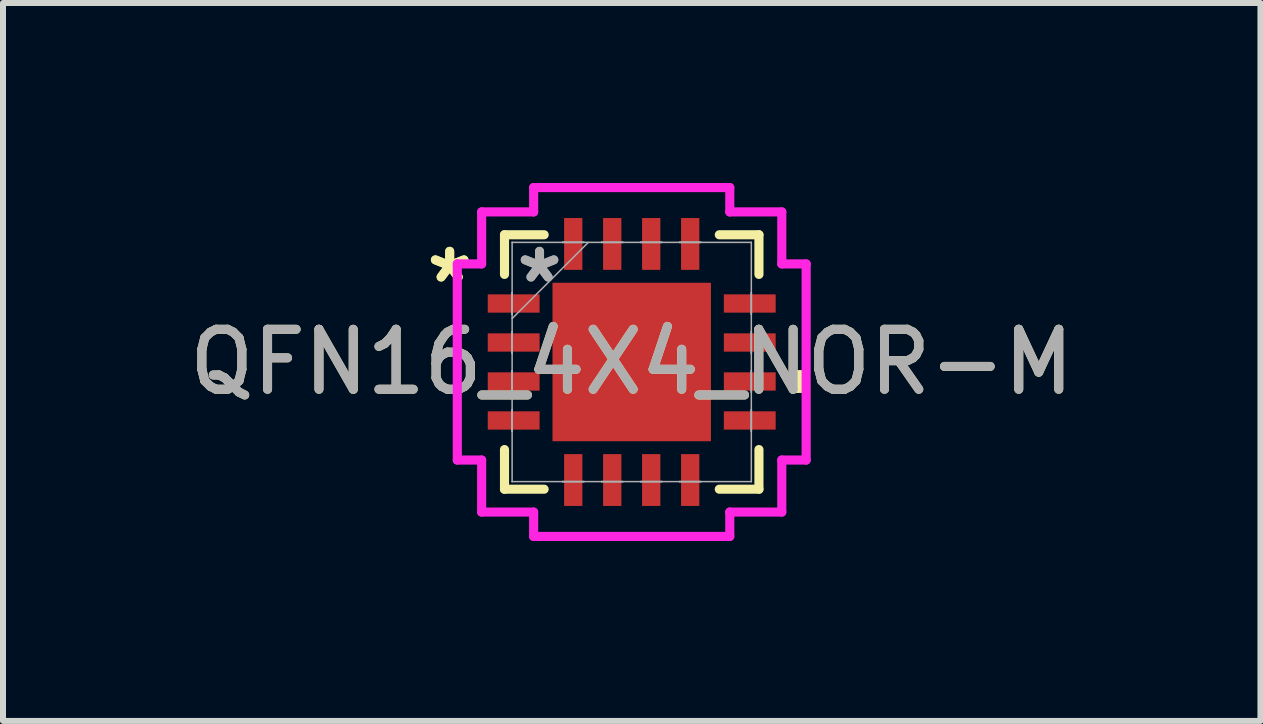
<source format=kicad_pcb>
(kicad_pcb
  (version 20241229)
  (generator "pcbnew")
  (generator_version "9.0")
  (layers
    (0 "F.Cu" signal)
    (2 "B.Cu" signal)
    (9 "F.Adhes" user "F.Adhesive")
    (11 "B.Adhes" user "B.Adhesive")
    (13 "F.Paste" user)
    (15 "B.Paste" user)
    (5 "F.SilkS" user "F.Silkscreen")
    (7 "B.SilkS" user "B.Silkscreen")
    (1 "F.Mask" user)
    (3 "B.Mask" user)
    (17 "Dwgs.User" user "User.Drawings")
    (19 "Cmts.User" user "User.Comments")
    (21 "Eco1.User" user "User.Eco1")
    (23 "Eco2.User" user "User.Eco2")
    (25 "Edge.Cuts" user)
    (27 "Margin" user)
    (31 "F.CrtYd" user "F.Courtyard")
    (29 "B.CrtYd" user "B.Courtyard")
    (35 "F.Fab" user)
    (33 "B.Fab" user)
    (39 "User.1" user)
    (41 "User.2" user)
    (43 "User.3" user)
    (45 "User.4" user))
  (footprint "QFN16_4X4_NOR-M"
    (layer "F.Cu")
    (at 7.482 2.985)
    (property "Reference" "QFN16_4X4_NOR-M" (at 0 0 0) (unlocked yes) (layer "F.SilkS") (effects (font (size 1 1) (thickness 0.15))))
    (attr smd)
    (fp_line (start -2.121 -2.121) (end -2.121 -1.46) (stroke (width 0.152) (type solid)) (layer "F.SilkS"))
    (fp_line (start -2.121 1.46) (end -2.121 2.121) (stroke (width 0.152) (type solid)) (layer "F.SilkS"))
    (fp_line (start -2.121 2.121) (end -1.46 2.121) (stroke (width 0.152) (type solid)) (layer "F.SilkS"))
    (fp_line (start -1.46 -2.121) (end -2.121 -2.121) (stroke (width 0.152) (type solid)) (layer "F.SilkS"))
    (fp_line (start 1.46 2.121) (end 2.121 2.121) (stroke (width 0.152) (type solid)) (layer "F.SilkS"))
    (fp_line (start 2.121 -2.121) (end 1.46 -2.121) (stroke (width 0.152) (type solid)) (layer "F.SilkS"))
    (fp_line (start 2.121 -1.46) (end 2.121 -2.121) (stroke (width 0.152) (type solid)) (layer "F.SilkS"))
    (fp_line (start 2.121 2.121) (end 2.121 1.46) (stroke (width 0.152) (type solid)) (layer "F.SilkS"))
    (fp_poly (pts (xy 2.908 0.135) (xy 2.908 0.516) (xy 2.654 0.516) (xy 2.654 0.135)) (stroke (width 0) (type solid)) (fill yes) (layer "F.SilkS"))
    (fp_poly (pts (xy -1.221 -1.221) (xy -1.221 -0.1) (xy -0.1 -0.1) (xy -0.1 -1.221)) (stroke (width 0) (type solid)) (fill yes) (layer "F.Paste"))
    (fp_poly (pts (xy -1.221 0.1) (xy -1.221 1.221) (xy -0.1 1.221) (xy -0.1 0.1)) (stroke (width 0) (type solid)) (fill yes) (layer "F.Paste"))
    (fp_poly (pts (xy 0.1 -1.221) (xy 0.1 -0.1) (xy 1.221 -0.1) (xy 1.221 -1.221)) (stroke (width 0) (type solid)) (fill yes) (layer "F.Paste"))
    (fp_poly (pts (xy 0.1 0.1) (xy 0.1 1.221) (xy 1.221 1.221) (xy 1.221 0.1)) (stroke (width 0) (type solid)) (fill yes) (layer "F.Paste"))
    (fp_line (start -2.908 -1.635) (end -2.502 -1.635) (stroke (width 0.152) (type solid)) (layer "F.CrtYd"))
    (fp_line (start -2.908 1.635) (end -2.908 -1.635) (stroke (width 0.152) (type solid)) (layer "F.CrtYd"))
    (fp_line (start -2.502 -2.502) (end -1.635 -2.502) (stroke (width 0.152) (type solid)) (layer "F.CrtYd"))
    (fp_line (start -2.502 -1.635) (end -2.502 -2.502) (stroke (width 0.152) (type solid)) (layer "F.CrtYd"))
    (fp_line (start -2.502 1.635) (end -2.908 1.635) (stroke (width 0.152) (type solid)) (layer "F.CrtYd"))
    (fp_line (start -2.502 2.502) (end -2.502 1.635) (stroke (width 0.152) (type solid)) (layer "F.CrtYd"))
    (fp_line (start -1.635 -2.908) (end 1.635 -2.908) (stroke (width 0.152) (type solid)) (layer "F.CrtYd"))
    (fp_line (start -1.635 -2.502) (end -1.635 -2.908) (stroke (width 0.152) (type solid)) (layer "F.CrtYd"))
    (fp_line (start -1.635 2.502) (end -2.502 2.502) (stroke (width 0.152) (type solid)) (layer "F.CrtYd"))
    (fp_line (start -1.635 2.908) (end -1.635 2.502) (stroke (width 0.152) (type solid)) (layer "F.CrtYd"))
    (fp_line (start 1.635 -2.908) (end 1.635 -2.502) (stroke (width 0.152) (type solid)) (layer "F.CrtYd"))
    (fp_line (start 1.635 -2.502) (end 2.502 -2.502) (stroke (width 0.152) (type solid)) (layer "F.CrtYd"))
    (fp_line (start 1.635 2.502) (end 1.635 2.908) (stroke (width 0.152) (type solid)) (layer "F.CrtYd"))
    (fp_line (start 1.635 2.908) (end -1.635 2.908) (stroke (width 0.152) (type solid)) (layer "F.CrtYd"))
    (fp_line (start 2.502 -2.502) (end 2.502 -1.635) (stroke (width 0.152) (type solid)) (layer "F.CrtYd"))
    (fp_line (start 2.502 -1.635) (end 2.908 -1.635) (stroke (width 0.152) (type solid)) (layer "F.CrtYd"))
    (fp_line (start 2.502 1.635) (end 2.502 2.502) (stroke (width 0.152) (type solid)) (layer "F.CrtYd"))
    (fp_line (start 2.502 2.502) (end 1.635 2.502) (stroke (width 0.152) (type solid)) (layer "F.CrtYd"))
    (fp_line (start 2.908 -1.635) (end 2.908 1.635) (stroke (width 0.152) (type solid)) (layer "F.CrtYd"))
    (fp_line (start 2.908 1.635) (end 2.502 1.635) (stroke (width 0.152) (type solid)) (layer "F.CrtYd"))
    (fp_line (start -1.994 -1.994) (end -1.994 -1.994) (stroke (width 0.025) (type solid)) (layer "F.Fab"))
    (fp_line (start -1.994 -1.994) (end -1.994 1.994) (stroke (width 0.025) (type solid)) (layer "F.Fab"))
    (fp_line (start -1.994 -1.153) (end -1.994 -1.153) (stroke (width 0.025) (type solid)) (layer "F.Fab"))
    (fp_line (start -1.994 -1.153) (end -1.994 -0.797) (stroke (width 0.025) (type solid)) (layer "F.Fab"))
    (fp_line (start -1.994 -0.797) (end -1.994 -1.153) (stroke (width 0.025) (type solid)) (layer "F.Fab"))
    (fp_line (start -1.994 -0.797) (end -1.994 -0.797) (stroke (width 0.025) (type solid)) (layer "F.Fab"))
    (fp_line (start -1.994 -0.724) (end -0.724 -1.994) (stroke (width 0.025) (type solid)) (layer "F.Fab"))
    (fp_line (start -1.994 -0.503) (end -1.994 -0.503) (stroke (width 0.025) (type solid)) (layer "F.Fab"))
    (fp_line (start -1.994 -0.503) (end -1.994 -0.147) (stroke (width 0.025) (type solid)) (layer "F.Fab"))
    (fp_line (start -1.994 -0.147) (end -1.994 -0.503) (stroke (width 0.025) (type solid)) (layer "F.Fab"))
    (fp_line (start -1.994 -0.147) (end -1.994 -0.147) (stroke (width 0.025) (type solid)) (layer "F.Fab"))
    (fp_line (start -1.994 0.147) (end -1.994 0.147) (stroke (width 0.025) (type solid)) (layer "F.Fab"))
    (fp_line (start -1.994 0.147) (end -1.994 0.503) (stroke (width 0.025) (type solid)) (layer "F.Fab"))
    (fp_line (start -1.994 0.503) (end -1.994 0.147) (stroke (width 0.025) (type solid)) (layer "F.Fab"))
    (fp_line (start -1.994 0.503) (end -1.994 0.503) (stroke (width 0.025) (type solid)) (layer "F.Fab"))
    (fp_line (start -1.994 0.797) (end -1.994 0.797) (stroke (width 0.025) (type solid)) (layer "F.Fab"))
    (fp_line (start -1.994 0.797) (end -1.994 1.153) (stroke (width 0.025) (type solid)) (layer "F.Fab"))
    (fp_line (start -1.994 1.153) (end -1.994 0.797) (stroke (width 0.025) (type solid)) (layer "F.Fab"))
    (fp_line (start -1.994 1.153) (end -1.994 1.153) (stroke (width 0.025) (type solid)) (layer "F.Fab"))
    (fp_line (start -1.994 1.994) (end -1.994 1.994) (stroke (width 0.025) (type solid)) (layer "F.Fab"))
    (fp_line (start -1.994 1.994) (end 1.994 1.994) (stroke (width 0.025) (type solid)) (layer "F.Fab"))
    (fp_line (start -1.153 -1.994) (end -1.153 -1.994) (stroke (width 0.025) (type solid)) (layer "F.Fab"))
    (fp_line (start -1.153 -1.994) (end -0.797 -1.994) (stroke (width 0.025) (type solid)) (layer "F.Fab"))
    (fp_line (start -1.153 1.994) (end -1.153 1.994) (stroke (width 0.025) (type solid)) (layer "F.Fab"))
    (fp_line (start -1.153 1.994) (end -0.797 1.994) (stroke (width 0.025) (type solid)) (layer "F.Fab"))
    (fp_line (start -0.797 -1.994) (end -1.153 -1.994) (stroke (width 0.025) (type solid)) (layer "F.Fab"))
    (fp_line (start -0.797 -1.994) (end -0.797 -1.994) (stroke (width 0.025) (type solid)) (layer "F.Fab"))
    (fp_line (start -0.797 1.994) (end -1.153 1.994) (stroke (width 0.025) (type solid)) (layer "F.Fab"))
    (fp_line (start -0.797 1.994) (end -0.797 1.994) (stroke (width 0.025) (type solid)) (layer "F.Fab"))
    (fp_line (start -0.503 -1.994) (end -0.503 -1.994) (stroke (width 0.025) (type solid)) (layer "F.Fab"))
    (fp_line (start -0.503 -1.994) (end -0.147 -1.994) (stroke (width 0.025) (type solid)) (layer "F.Fab"))
    (fp_line (start -0.503 1.994) (end -0.503 1.994) (stroke (width 0.025) (type solid)) (layer "F.Fab"))
    (fp_line (start -0.503 1.994) (end -0.147 1.994) (stroke (width 0.025) (type solid)) (layer "F.Fab"))
    (fp_line (start -0.147 -1.994) (end -0.503 -1.994) (stroke (width 0.025) (type solid)) (layer "F.Fab"))
    (fp_line (start -0.147 -1.994) (end -0.147 -1.994) (stroke (width 0.025) (type solid)) (layer "F.Fab"))
    (fp_line (start -0.147 1.994) (end -0.503 1.994) (stroke (width 0.025) (type solid)) (layer "F.Fab"))
    (fp_line (start -0.147 1.994) (end -0.147 1.994) (stroke (width 0.025) (type solid)) (layer "F.Fab"))
    (fp_line (start 0.147 -1.994) (end 0.147 -1.994) (stroke (width 0.025) (type solid)) (layer "F.Fab"))
    (fp_line (start 0.147 -1.994) (end 0.503 -1.994) (stroke (width 0.025) (type solid)) (layer "F.Fab"))
    (fp_line (start 0.147 1.994) (end 0.147 1.994) (stroke (width 0.025) (type solid)) (layer "F.Fab"))
    (fp_line (start 0.147 1.994) (end 0.503 1.994) (stroke (width 0.025) (type solid)) (layer "F.Fab"))
    (fp_line (start 0.503 -1.994) (end 0.147 -1.994) (stroke (width 0.025) (type solid)) (layer "F.Fab"))
    (fp_line (start 0.503 -1.994) (end 0.503 -1.994) (stroke (width 0.025) (type solid)) (layer "F.Fab"))
    (fp_line (start 0.503 1.994) (end 0.147 1.994) (stroke (width 0.025) (type solid)) (layer "F.Fab"))
    (fp_line (start 0.503 1.994) (end 0.503 1.994) (stroke (width 0.025) (type solid)) (layer "F.Fab"))
    (fp_line (start 0.797 -1.994) (end 0.797 -1.994) (stroke (width 0.025) (type solid)) (layer "F.Fab"))
    (fp_line (start 0.797 -1.994) (end 1.153 -1.994) (stroke (width 0.025) (type solid)) (layer "F.Fab"))
    (fp_line (start 0.797 1.994) (end 0.797 1.994) (stroke (width 0.025) (type solid)) (layer "F.Fab"))
    (fp_line (start 0.797 1.994) (end 1.153 1.994) (stroke (width 0.025) (type solid)) (layer "F.Fab"))
    (fp_line (start 1.153 -1.994) (end 0.797 -1.994) (stroke (width 0.025) (type solid)) (layer "F.Fab"))
    (fp_line (start 1.153 -1.994) (end 1.153 -1.994) (stroke (width 0.025) (type solid)) (layer "F.Fab"))
    (fp_line (start 1.153 1.994) (end 0.797 1.994) (stroke (width 0.025) (type solid)) (layer "F.Fab"))
    (fp_line (start 1.153 1.994) (end 1.153 1.994) (stroke (width 0.025) (type solid)) (layer "F.Fab"))
    (fp_line (start 1.994 -1.994) (end -1.994 -1.994) (stroke (width 0.025) (type solid)) (layer "F.Fab"))
    (fp_line (start 1.994 -1.994) (end 1.994 -1.994) (stroke (width 0.025) (type solid)) (layer "F.Fab"))
    (fp_line (start 1.994 -1.153) (end 1.994 -1.153) (stroke (width 0.025) (type solid)) (layer "F.Fab"))
    (fp_line (start 1.994 -1.153) (end 1.994 -0.797) (stroke (width 0.025) (type solid)) (layer "F.Fab"))
    (fp_line (start 1.994 -0.797) (end 1.994 -1.153) (stroke (width 0.025) (type solid)) (layer "F.Fab"))
    (fp_line (start 1.994 -0.797) (end 1.994 -0.797) (stroke (width 0.025) (type solid)) (layer "F.Fab"))
    (fp_line (start 1.994 -0.503) (end 1.994 -0.503) (stroke (width 0.025) (type solid)) (layer "F.Fab"))
    (fp_line (start 1.994 -0.503) (end 1.994 -0.147) (stroke (width 0.025) (type solid)) (layer "F.Fab"))
    (fp_line (start 1.994 -0.147) (end 1.994 -0.503) (stroke (width 0.025) (type solid)) (layer "F.Fab"))
    (fp_line (start 1.994 -0.147) (end 1.994 -0.147) (stroke (width 0.025) (type solid)) (layer "F.Fab"))
    (fp_line (start 1.994 0.147) (end 1.994 0.147) (stroke (width 0.025) (type solid)) (layer "F.Fab"))
    (fp_line (start 1.994 0.147) (end 1.994 0.503) (stroke (width 0.025) (type solid)) (layer "F.Fab"))
    (fp_line (start 1.994 0.503) (end 1.994 0.147) (stroke (width 0.025) (type solid)) (layer "F.Fab"))
    (fp_line (start 1.994 0.503) (end 1.994 0.503) (stroke (width 0.025) (type solid)) (layer "F.Fab"))
    (fp_line (start 1.994 0.797) (end 1.994 0.797) (stroke (width 0.025) (type solid)) (layer "F.Fab"))
    (fp_line (start 1.994 0.797) (end 1.994 1.153) (stroke (width 0.025) (type solid)) (layer "F.Fab"))
    (fp_line (start 1.994 1.153) (end 1.994 0.797) (stroke (width 0.025) (type solid)) (layer "F.Fab"))
    (fp_line (start 1.994 1.153) (end 1.994 1.153) (stroke (width 0.025) (type solid)) (layer "F.Fab"))
    (fp_line (start 1.994 1.994) (end 1.994 -1.994) (stroke (width 0.025) (type solid)) (layer "F.Fab"))
    (fp_line (start 1.994 1.994) (end 1.994 1.994) (stroke (width 0.025) (type solid)) (layer "F.Fab"))
    (fp_text user "*" (at -3.035 -1.3 0) (unlocked yes) (layer "F.SilkS") (effects (font (size 1 1) (thickness 0.15))))
    (fp_text user "*" (at -3.035 -1.3 0) (layer "F.SilkS") (effects (font (size 1 1) (thickness 0.15))))
    (fp_text user "*" (at -1.537 -1.3 0) (layer "F.Fab") (effects (font (size 1 1) (thickness 0.15))))
    (fp_text user "${REFERENCE}" (at 0 0 0) (unlocked yes) (layer "F.Fab") (effects (font (size 1 1) (thickness 0.15))))
    (fp_text user "*" (at -1.537 -1.3 0) (unlocked yes) (layer "F.Fab") (effects (font (size 1 1) (thickness 0.15))))
    (pad "1" smd rect (at -1.968 -0.975 90) (size 0.305 0.864) (layers "F.Cu" "F.Mask" "F.Paste"))
    (pad "2" smd rect (at -1.968 -0.325 90) (size 0.305 0.864) (layers "F.Cu" "F.Mask" "F.Paste"))
    (pad "3" smd rect (at -1.968 0.325 90) (size 0.305 0.864) (layers "F.Cu" "F.Mask" "F.Paste"))
    (pad "4" smd rect (at -1.968 0.975 90) (size 0.305 0.864) (layers "F.Cu" "F.Mask" "F.Paste"))
    (pad "5" smd rect (at -0.975 1.968) (size 0.305 0.864) (layers "F.Cu" "F.Mask" "F.Paste"))
    (pad "6" smd rect (at -0.325 1.968) (size 0.305 0.864) (layers "F.Cu" "F.Mask" "F.Paste"))
    (pad "7" smd rect (at 0.325 1.968) (size 0.305 0.864) (layers "F.Cu" "F.Mask" "F.Paste"))
    (pad "8" smd rect (at 0.975 1.968) (size 0.305 0.864) (layers "F.Cu" "F.Mask" "F.Paste"))
    (pad "9" smd rect (at 1.968 0.975 90) (size 0.305 0.864) (layers "F.Cu" "F.Mask" "F.Paste"))
    (pad "10" smd rect (at 1.968 0.325 90) (size 0.305 0.864) (layers "F.Cu" "F.Mask" "F.Paste"))
    (pad "11" smd rect (at 1.968 -0.325 90) (size 0.305 0.864) (layers "F.Cu" "F.Mask" "F.Paste"))
    (pad "12" smd rect (at 1.968 -0.975 90) (size 0.305 0.864) (layers "F.Cu" "F.Mask" "F.Paste"))
    (pad "13" smd rect (at 0.975 -1.968) (size 0.305 0.864) (layers "F.Cu" "F.Mask" "F.Paste"))
    (pad "14" smd rect (at 0.325 -1.968) (size 0.305 0.864) (layers "F.Cu" "F.Mask" "F.Paste"))
    (pad "15" smd rect (at -0.325 -1.968) (size 0.305 0.864) (layers "F.Cu" "F.Mask" "F.Paste"))
    (pad "16" smd rect (at -0.975 -1.968) (size 0.305 0.864) (layers "F.Cu" "F.Mask" "F.Paste"))
    (pad "17" smd rect (at 0 0) (size 2.642 2.642) (layers "F.Cu" "F.Mask" "F.Paste")))
  (gr_rect
    (start -3 -3)
    (end 17.964 8.969)
    (stroke (width 0.1) (type default))
    (fill no)
    (layer "Edge.Cuts")))
</source>
